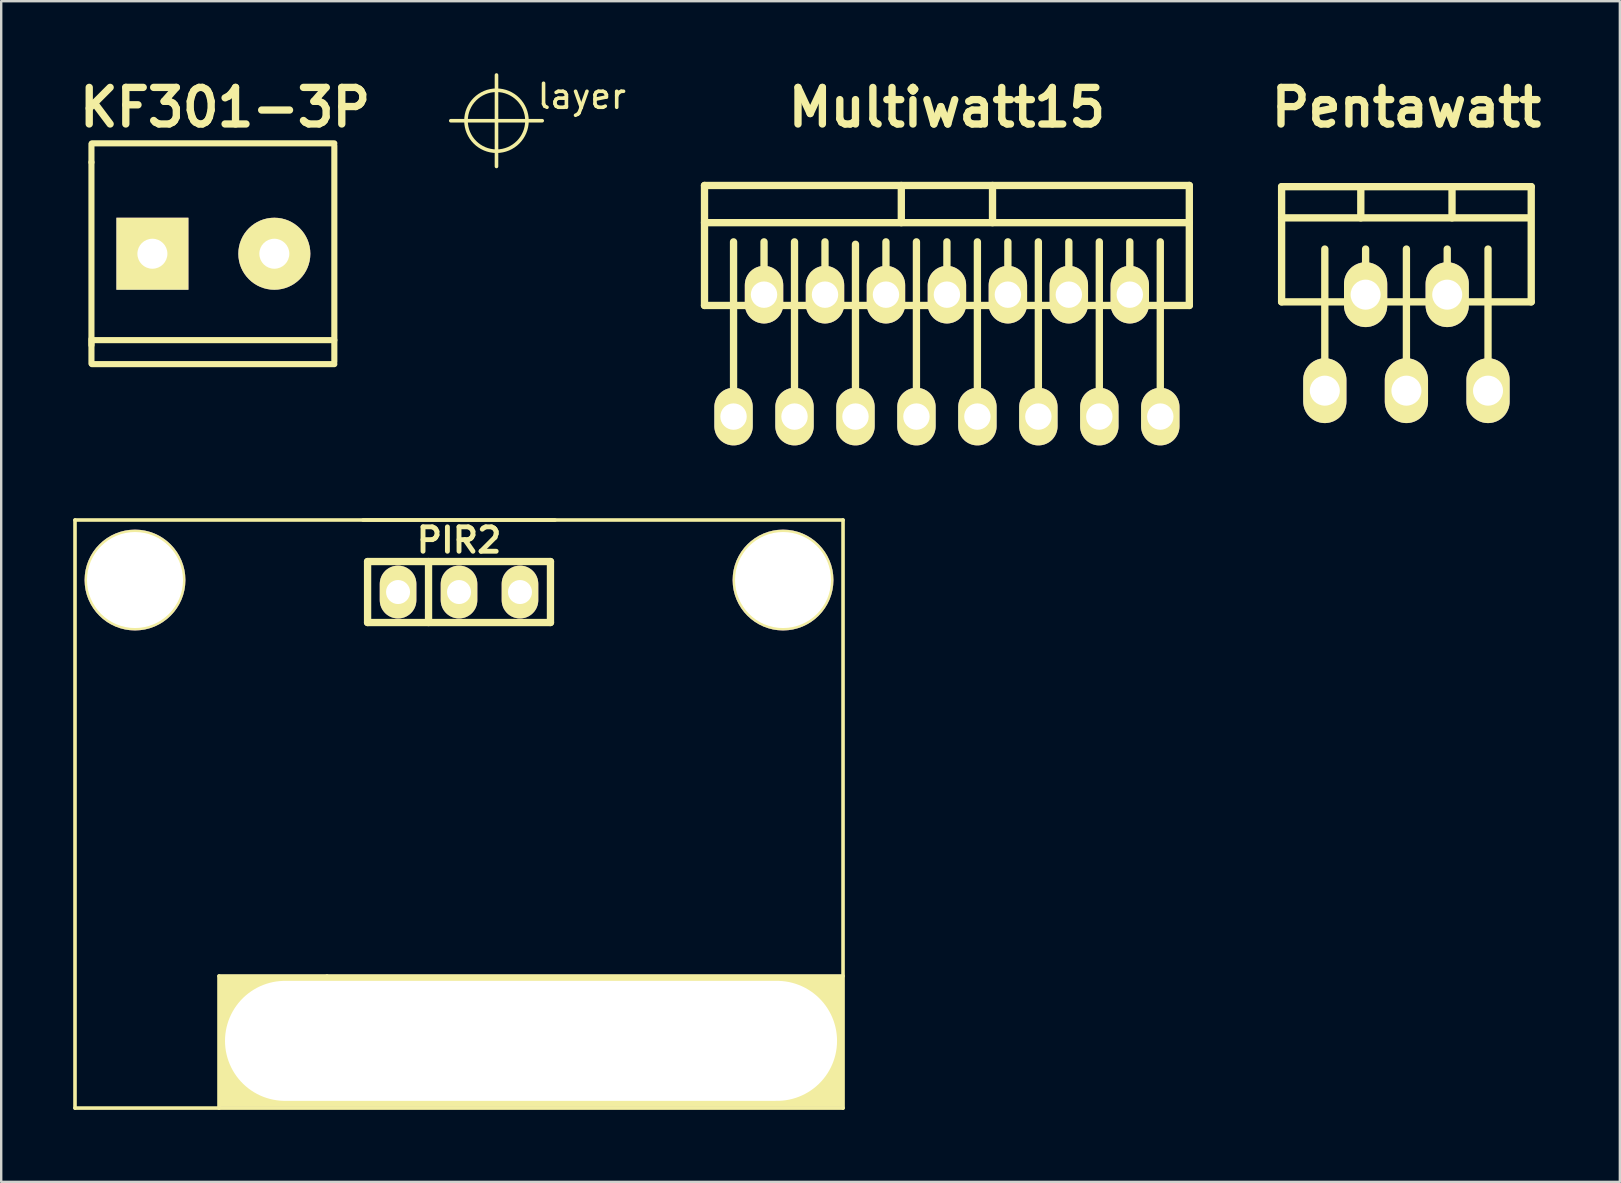
<source format=kicad_pcb>
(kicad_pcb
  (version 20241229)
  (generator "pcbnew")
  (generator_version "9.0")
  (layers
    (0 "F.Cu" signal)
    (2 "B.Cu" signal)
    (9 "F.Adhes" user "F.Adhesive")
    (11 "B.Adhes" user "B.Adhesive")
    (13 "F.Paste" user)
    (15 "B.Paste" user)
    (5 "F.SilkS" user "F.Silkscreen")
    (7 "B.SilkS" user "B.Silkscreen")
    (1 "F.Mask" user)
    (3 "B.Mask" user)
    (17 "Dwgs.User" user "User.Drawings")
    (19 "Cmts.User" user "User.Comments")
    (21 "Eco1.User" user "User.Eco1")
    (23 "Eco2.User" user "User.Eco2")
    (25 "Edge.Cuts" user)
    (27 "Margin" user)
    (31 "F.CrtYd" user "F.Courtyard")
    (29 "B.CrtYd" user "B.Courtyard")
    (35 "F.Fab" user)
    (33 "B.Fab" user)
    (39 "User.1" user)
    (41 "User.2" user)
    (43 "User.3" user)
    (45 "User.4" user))
  (footprint "Pentawatt"
    (layer "F.Cu")
    (at 55.548 9.227)
    (property "Reference" "Pentawatt" (at 0 -7.8 0) (layer "F.SilkS") (effects (font (size 1.524 1.524) (thickness 0.305))))
    (attr through_hole)
    (fp_line (start -5.2 -4.5) (end 5.2 -4.5) (stroke (width 0.305) (type solid)) (layer "F.SilkS"))
    (fp_line (start -5.2 -3.2) (end 5.1 -3.2) (stroke (width 0.305) (type solid)) (layer "F.SilkS"))
    (fp_line (start -5.2 0.3) (end -5.2 -4.5) (stroke (width 0.305) (type solid)) (layer "F.SilkS"))
    (fp_line (start -3.4 -1.9) (end -3.4 4) (stroke (width 0.305) (type solid)) (layer "F.SilkS"))
    (fp_line (start -1.9 -3.2) (end -1.9 -4.5) (stroke (width 0.305) (type solid)) (layer "F.SilkS"))
    (fp_line (start -1.7 -1.9) (end -1.7 0) (stroke (width 0.305) (type solid)) (layer "F.SilkS"))
    (fp_line (start 0 -1.9) (end 0 4) (stroke (width 0.305) (type solid)) (layer "F.SilkS"))
    (fp_line (start 1.7 -1.9) (end 1.7 0) (stroke (width 0.305) (type solid)) (layer "F.SilkS"))
    (fp_line (start 1.9 -4.5) (end 1.9 -3.2) (stroke (width 0.305) (type solid)) (layer "F.SilkS"))
    (fp_line (start 3.4 -1.9) (end 3.4 4) (stroke (width 0.305) (type solid)) (layer "F.SilkS"))
    (fp_line (start 5.2 -4.5) (end 5.2 0.3) (stroke (width 0.305) (type solid)) (layer "F.SilkS"))
    (fp_line (start 5.2 0.3) (end -5.2 0.3) (stroke (width 0.305) (type solid)) (layer "F.SilkS"))
    (pad "1" thru_hole oval (at 3.4 4) (size 1.801 2.7) (drill 1.25) (layers "*.Cu" "*.Mask" "F.SilkS"))
    (pad "2" thru_hole oval (at 1.7 0) (size 1.801 2.7) (drill 1.25) (layers "*.Cu" "*.Mask" "F.SilkS"))
    (pad "3" thru_hole oval (at 0 4) (size 1.801 2.7) (drill 1.25) (layers "*.Cu" "*.Mask" "F.SilkS"))
    (pad "4" thru_hole oval (at -1.7 0) (size 1.801 2.7) (drill 1.25) (layers "*.Cu" "*.Mask" "F.SilkS"))
    (pad "5" thru_hole oval (at -3.4 4) (size 1.801 2.7) (drill 1.25) (layers "*.Cu" "*.Mask" "F.SilkS")))
  (footprint "PIR2"
    (layer "F.Cu")
    (at 16.075 21.617)
    (property "Reference" "PIR2" (at 0 -2.159 0) (layer "F.SilkS") (effects (font (size 1.016 1.016) (thickness 0.203))))
    (attr through_hole)
    (fp_line (start -16 -3) (end -16 21.5) (stroke (width 0.15) (type solid)) (layer "F.SilkS"))
    (fp_line (start -16 21.5) (end 16 21.5) (stroke (width 0.15) (type solid)) (layer "F.SilkS"))
    (fp_line (start -10 16) (end -10 21.5) (stroke (width 0.15) (type solid)) (layer "F.SilkS"))
    (fp_line (start -5.5 16) (end -10 16) (stroke (width 0.15) (type solid)) (layer "F.SilkS"))
    (fp_line (start -4 -3) (end 16 -3) (stroke (width 0.15) (type solid)) (layer "F.SilkS"))
    (fp_line (start -3.81 -1.27) (end 3.81 -1.27) (stroke (width 0.305) (type solid)) (layer "F.SilkS"))
    (fp_line (start -3.81 1.27) (end -3.81 -1.27) (stroke (width 0.305) (type solid)) (layer "F.SilkS"))
    (fp_line (start -1.27 1.27) (end -1.27 -1.27) (stroke (width 0.305) (type solid)) (layer "F.SilkS"))
    (fp_line (start 3.81 -1.27) (end 3.81 1.27) (stroke (width 0.305) (type solid)) (layer "F.SilkS"))
    (fp_line (start 3.81 1.27) (end -3.81 1.27) (stroke (width 0.305) (type solid)) (layer "F.SilkS"))
    (fp_line (start 4 -3) (end -16 -3) (stroke (width 0.15) (type solid)) (layer "F.SilkS"))
    (fp_line (start 16 -3) (end 16 21.5) (stroke (width 0.15) (type solid)) (layer "F.SilkS"))
    (fp_line (start 16 16) (end -5.5 16) (stroke (width 0.15) (type solid)) (layer "F.SilkS"))
    (pad "1" thru_hole oval (at -2.54 0) (size 1.524 2.2) (drill 1.001) (layers "*.Cu" "*.Mask" "F.SilkS"))
    (pad "2" thru_hole oval (at 0 0) (size 1.524 2.2) (drill 1.001) (layers "*.Cu" "*.Mask" "F.SilkS"))
    (pad "3" thru_hole oval (at 2.54 0) (size 1.524 2.2) (drill 1.001) (layers "*.Cu" "*.Mask" "F.SilkS"))
    (pad "5" thru_hole circle (at -13.5 -0.5) (size 4.2 4.2) (drill 4) (layers "*.Cu" "*.Mask" "F.SilkS"))
    (pad "5" thru_hole rect (at 3 18.7) (size 26 5.5) (drill oval 25.5 5) (layers "*.Cu" "*.Mask" "F.SilkS"))
    (pad "5" thru_hole circle (at 13.5 -0.5) (size 4.2 4.2) (drill 4) (layers "*.Cu" "*.Mask" "F.SilkS")))
  (footprint "layer"
    (layer "F.Cu")
    (at 17.636 1.98)
    (property "Reference" "layer" (at 3.556 -1.016 0) (layer "F.SilkS") (effects (font (size 1 1) (thickness 0.15))))
    (attr through_hole)
    (fp_line (start -1.905 0) (end 1.905 0) (stroke (width 0.15) (type solid)) (layer "F.SilkS"))
    (fp_line (start 0 -1.905) (end 0 1.905) (stroke (width 0.15) (type solid)) (layer "F.SilkS"))
    (fp_circle (center 0 0) (end 1.27 0) (stroke (width 0.15) (type solid)) (fill no) (layer "F.SilkS")))
  (footprint "Multiwatt15"
    (layer "F.Cu")
    (at 36.403 9.227)
    (property "Reference" "Multiwatt15" (at 0 -7.8 0) (layer "F.SilkS") (effects (font (size 1.524 1.524) (thickness 0.305))))
    (attr through_hole)
    (fp_line (start -10.1 -4.55) (end -10.1 0.45) (stroke (width 0.305) (type solid)) (layer "F.SilkS"))
    (fp_line (start -10.1 -4.55) (end 10.1 -4.55) (stroke (width 0.305) (type solid)) (layer "F.SilkS"))
    (fp_line (start -10.1 -3) (end 10.1 -3) (stroke (width 0.305) (type solid)) (layer "F.SilkS"))
    (fp_line (start -10.1 0.45) (end 10.1 0.45) (stroke (width 0.305) (type solid)) (layer "F.SilkS"))
    (fp_line (start -8.89 5.08) (end -8.89 -2.2) (stroke (width 0.305) (type solid)) (layer "F.SilkS"))
    (fp_line (start -7.62 0) (end -7.62 -2.2) (stroke (width 0.305) (type solid)) (layer "F.SilkS"))
    (fp_line (start -6.35 5.08) (end -6.35 -2.2) (stroke (width 0.305) (type solid)) (layer "F.SilkS"))
    (fp_line (start -5.08 0) (end -5.08 -2.2) (stroke (width 0.305) (type solid)) (layer "F.SilkS"))
    (fp_line (start -3.81 5.18) (end -3.81 -2.1) (stroke (width 0.305) (type solid)) (layer "F.SilkS"))
    (fp_line (start -2.54 0) (end -2.54 -2.2) (stroke (width 0.305) (type solid)) (layer "F.SilkS"))
    (fp_line (start -1.9 -4.55) (end -1.9 -3) (stroke (width 0.305) (type solid)) (layer "F.SilkS"))
    (fp_line (start -1.27 5.08) (end -1.27 -2.2) (stroke (width 0.305) (type solid)) (layer "F.SilkS"))
    (fp_line (start 0 0) (end 0 -2.2) (stroke (width 0.305) (type solid)) (layer "F.SilkS"))
    (fp_line (start 1.27 5.08) (end 1.27 -2.2) (stroke (width 0.305) (type solid)) (layer "F.SilkS"))
    (fp_line (start 1.9 -4.55) (end 1.9 -3) (stroke (width 0.305) (type solid)) (layer "F.SilkS"))
    (fp_line (start 2.54 0) (end 2.54 -2.2) (stroke (width 0.305) (type solid)) (layer "F.SilkS"))
    (fp_line (start 3.81 5.08) (end 3.81 -2.2) (stroke (width 0.305) (type solid)) (layer "F.SilkS"))
    (fp_line (start 5.08 0) (end 5.08 -2.2) (stroke (width 0.305) (type solid)) (layer "F.SilkS"))
    (fp_line (start 6.35 5.08) (end 6.35 -2.2) (stroke (width 0.305) (type solid)) (layer "F.SilkS"))
    (fp_line (start 7.62 0) (end 7.62 -2.2) (stroke (width 0.305) (type solid)) (layer "F.SilkS"))
    (fp_line (start 8.89 5.08) (end 8.89 -2.2) (stroke (width 0.305) (type solid)) (layer "F.SilkS"))
    (fp_line (start 10.1 -4.55) (end 10.1 0.45) (stroke (width 0.305) (type solid)) (layer "F.SilkS"))
    (pad "1" thru_hole oval (at -8.89 5.08) (size 1.6 2.4) (drill 1.1) (layers "*.Cu" "*.Mask" "F.SilkS"))
    (pad "2" thru_hole oval (at -7.62 0) (size 1.6 2.4) (drill 1.1) (layers "*.Cu" "*.Mask" "F.SilkS"))
    (pad "3" thru_hole oval (at -6.35 5.08) (size 1.6 2.4) (drill 1.1) (layers "*.Cu" "*.Mask" "F.SilkS"))
    (pad "4" thru_hole oval (at -5.08 0) (size 1.6 2.4) (drill 1.1) (layers "*.Cu" "*.Mask" "F.SilkS"))
    (pad "5" thru_hole oval (at -3.81 5.08) (size 1.6 2.4) (drill 1.1) (layers "*.Cu" "*.Mask" "F.SilkS"))
    (pad "6" thru_hole oval (at -2.54 0) (size 1.6 2.4) (drill 1.1) (layers "*.Cu" "*.Mask" "F.SilkS"))
    (pad "7" thru_hole oval (at -1.27 5.08) (size 1.6 2.4) (drill 1.1) (layers "*.Cu" "*.Mask" "F.SilkS"))
    (pad "8" thru_hole oval (at 0 0) (size 1.6 2.4) (drill 1.1) (layers "*.Cu" "*.Mask" "F.SilkS"))
    (pad "9" thru_hole oval (at 1.27 5.08) (size 1.6 2.4) (drill 1.1) (layers "*.Cu" "*.Mask" "F.SilkS"))
    (pad "10" thru_hole oval (at 2.54 0) (size 1.6 2.4) (drill 1.1) (layers "*.Cu" "*.Mask" "F.SilkS"))
    (pad "11" thru_hole oval (at 3.81 5.08) (size 1.6 2.4) (drill 1.1) (layers "*.Cu" "*.Mask" "F.SilkS"))
    (pad "12" thru_hole oval (at 5.08 0) (size 1.6 2.4) (drill 1.1) (layers "*.Cu" "*.Mask" "F.SilkS"))
    (pad "13" thru_hole oval (at 6.35 5.08) (size 1.6 2.4) (drill 1.1) (layers "*.Cu" "*.Mask" "F.SilkS"))
    (pad "14" thru_hole oval (at 7.62 0) (size 1.6 2.4) (drill 1.1) (layers "*.Cu" "*.Mask" "F.SilkS"))
    (pad "15" thru_hole oval (at 8.89 5.08) (size 1.6 2.4) (drill 1.1) (layers "*.Cu" "*.Mask" "F.SilkS")))
  (footprint "KF301-3P"
    (layer "F.Cu")
    (at 3.28 7.522)
    (property "Reference" "KF301-3P" (at 3.048 -6.096 0) (layer "F.SilkS") (effects (font (size 1.524 1.524) (thickness 0.305))))
    (attr through_hole)
    (fp_line (start -2.52 -4.572) (end -2.52 -3.81) (stroke (width 0.254) (type solid)) (layer "F.SilkS"))
    (fp_line (start -2.52 3.81) (end -2.52 -3.81) (stroke (width 0.254) (type solid)) (layer "F.SilkS"))
    (fp_line (start -2.52 4.572) (end -2.52 3.556) (stroke (width 0.254) (type solid)) (layer "F.SilkS"))
    (fp_line (start 7.6 -4.6) (end -2.5 -4.6) (stroke (width 0.254) (type solid)) (layer "F.SilkS"))
    (fp_line (start 7.6 -4.5) (end 7.6 4.5) (stroke (width 0.254) (type solid)) (layer "F.SilkS"))
    (fp_line (start 7.6 3.6) (end -2.5 3.6) (stroke (width 0.254) (type solid)) (layer "F.SilkS"))
    (fp_line (start 7.6 4.6) (end -2.5 4.6) (stroke (width 0.254) (type solid)) (layer "F.SilkS"))
    (pad "1" thru_hole rect (at 0.02 0) (size 3 3) (drill 1.25) (layers "*.Cu" "*.Mask" "F.SilkS"))
    (pad "2" thru_hole circle (at 5.1 0) (size 3 3) (drill 1.25) (layers "*.Cu" "*.Mask" "F.SilkS")))
  (gr_rect
    (start -3 -3)
    (end 64.441 46.192)
    (stroke (width 0.1) (type default))
    (fill no)
    (layer "Edge.Cuts")))
</source>
